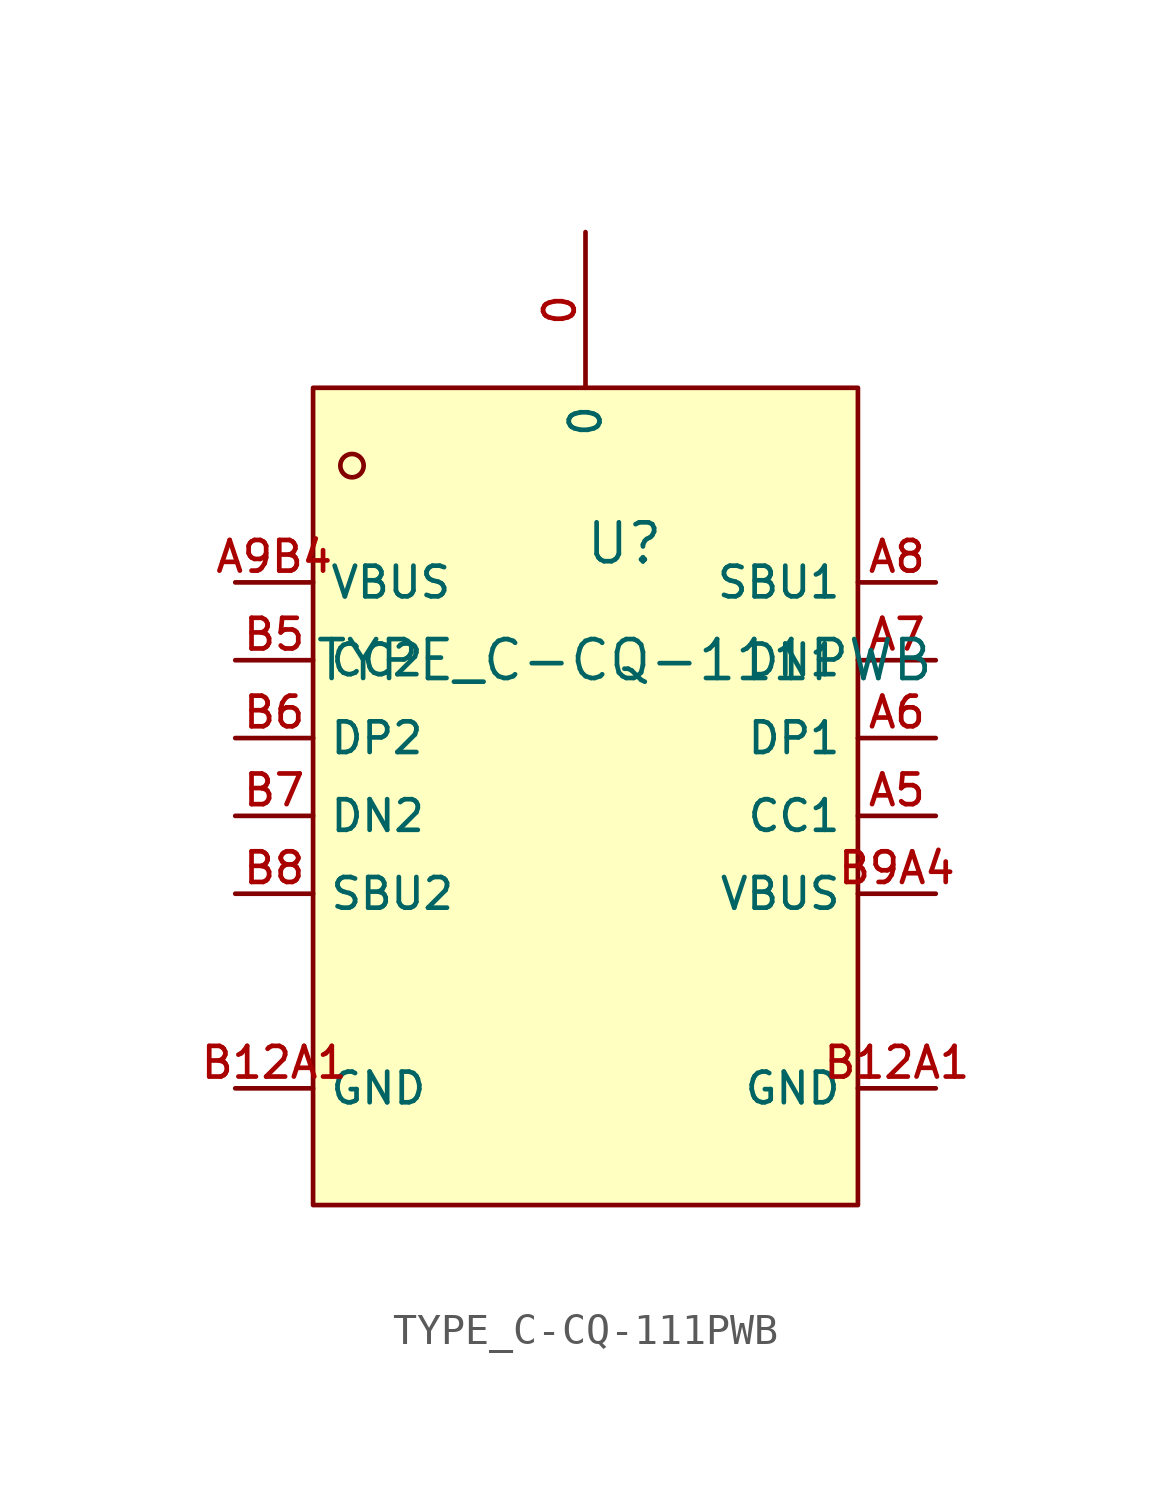
<source format=kicad_sym>
(kicad_symbol_lib
  (version 20210201)
  (generator TousstNicolas/JLC2KiCad_lib)
  (symbol "TYPE_C-CQ-111PWB"
    (property "Reference" "U"
      (at 0 1.27 0)
      (effects (font (size 1.27 1.27))))
    (property "Value" "TYPE_C-CQ-111PWB"
      (at 0 -2.54 0)
      (effects (font (size 1.27 1.27))))
    (symbol "TYPE_C-CQ-111PWB_0_1"
      (pin unspecified line (at 10.16 -0.0 180) (length 2.54) (name "SBU1" (effects (font (size 1 1)))) (number "A8" (effects (font (size 1 1)))))
      (pin unspecified line (at 10.16 -2.54 180) (length 2.54) (name "DN1" (effects (font (size 1 1)))) (number "A7" (effects (font (size 1 1)))))
      (pin unspecified line (at 10.16 -5.08 180) (length 2.54) (name "DP1" (effects (font (size 1 1)))) (number "A6" (effects (font (size 1 1)))))
      (pin unspecified line (at 10.16 -7.62 180) (length 2.54) (name "CC1" (effects (font (size 1 1)))) (number "A5" (effects (font (size 1 1)))))
      (pin unspecified line (at 10.16 -10.16 180) (length 2.54) (name "VBUS" (effects (font (size 1 1)))) (number "B9A4" (effects (font (size 1 1)))))
      (pin unspecified line (at 10.16 -16.51 180) (length 2.54) (name "GND" (effects (font (size 1 1)))) (number "B12A1" (effects (font (size 1 1)))))
      (pin unspecified line (at -1.27 11.43 270) (length 5.08) (name "0" (effects (font (size 1 1)))) (number "0" (effects (font (size 1 1)))))
      (pin unspecified line (at -12.7 -16.51 0) (length 2.54) (name "GND" (effects (font (size 1 1)))) (number "B12A1" (effects (font (size 1 1)))))
      (pin unspecified line (at -12.7 -10.16 0) (length 2.54) (name "SBU2" (effects (font (size 1 1)))) (number "B8" (effects (font (size 1 1)))))
      (pin unspecified line (at -12.7 -7.62 0) (length 2.54) (name "DN2" (effects (font (size 1 1)))) (number "B7" (effects (font (size 1 1)))))
      (pin unspecified line (at -12.7 -5.08 0) (length 2.54) (name "DP2" (effects (font (size 1 1)))) (number "B6" (effects (font (size 1 1)))))
      (pin unspecified line (at -12.7 -2.54 0) (length 2.54) (name "CC2" (effects (font (size 1 1)))) (number "B5" (effects (font (size 1 1)))))
      (pin unspecified line (at -12.7 -0.0 0) (length 2.54) (name "VBUS" (effects (font (size 1 1)))) (number "A9B4" (effects (font (size 1 1)))))
      (circle (center -8.89 3.81) (radius 0.381) (stroke (width 0) (type default) (color 0 0 0 0)) (fill (type background)))
      (rectangle (start -10.16 6.35) (end 7.62 -20.32) (stroke (width 0) (type default) (color 0 0 0 0)) (fill (type background))))))
</source>
